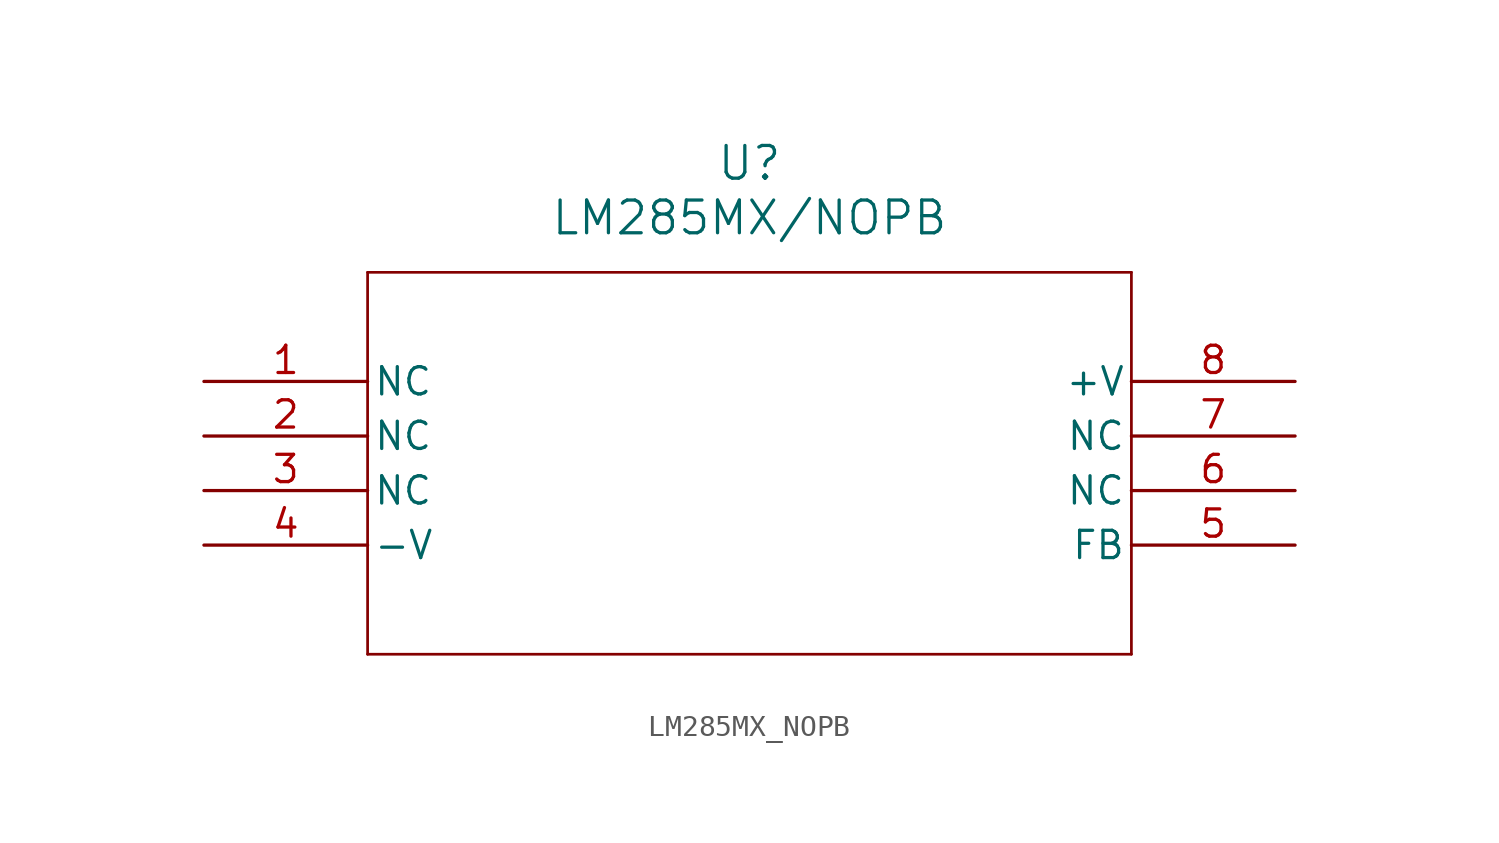
<source format=kicad_sym>
(kicad_symbol_lib
  (version 20211014)
  (generator kicad_symbol_editor)
  (symbol "LM285MX_NOPB"
    (pin_names
      (offset 0.254))
    (property "Reference" "U"
      (at 25.4 10.16 0)
      (effects (font (size 1.524 1.524))))
    (property "Value" "LM285MX/NOPB"
      (at 25.4 7.62 0)
      (effects (font (size 1.524 1.524))))
    (symbol "LM285MX_NOPB_0_1"
      (polyline (pts (xy 7.62 5.08) (xy 7.62 -12.7)) (stroke (width 0.127) (type default) (color 0 0 0 0)) (fill (type none)))
      (polyline (pts (xy 7.62 -12.7) (xy 43.18 -12.7)) (stroke (width 0.127) (type default) (color 0 0 0 0)) (fill (type none)))
      (polyline (pts (xy 43.18 -12.7) (xy 43.18 5.08)) (stroke (width 0.127) (type default) (color 0 0 0 0)) (fill (type none)))
      (polyline (pts (xy 43.18 5.08) (xy 7.62 5.08)) (stroke (width 0.127) (type default) (color 0 0 0 0)) (fill (type none)))
      (pin passive line (at 0 0 0) (length 7.62) (name "NC" (effects (font (size 1.27 1.27)))) (number "1" (effects (font (size 1.27 1.27)))))
      (pin passive line (at 0 -2.54 0) (length 7.62) (name "NC" (effects (font (size 1.27 1.27)))) (number "2" (effects (font (size 1.27 1.27)))))
      (pin passive line (at 0 -5.08 0) (length 7.62) (name "NC" (effects (font (size 1.27 1.27)))) (number "3" (effects (font (size 1.27 1.27)))))
      (pin passive line (at 0 -7.62 0) (length 7.62) (name "-V" (effects (font (size 1.27 1.27)))) (number "4" (effects (font (size 1.27 1.27)))))
      (pin passive line (at 50.8 -7.62 180) (length 7.62) (name "FB" (effects (font (size 1.27 1.27)))) (number "5" (effects (font (size 1.27 1.27)))))
      (pin passive line (at 50.8 -5.08 180) (length 7.62) (name "NC" (effects (font (size 1.27 1.27)))) (number "6" (effects (font (size 1.27 1.27)))))
      (pin passive line (at 50.8 -2.54 180) (length 7.62) (name "NC" (effects (font (size 1.27 1.27)))) (number "7" (effects (font (size 1.27 1.27)))))
      (pin passive line (at 50.8 0 180) (length 7.62) (name "+V" (effects (font (size 1.27 1.27)))) (number "8" (effects (font (size 1.27 1.27))))))))
</source>
